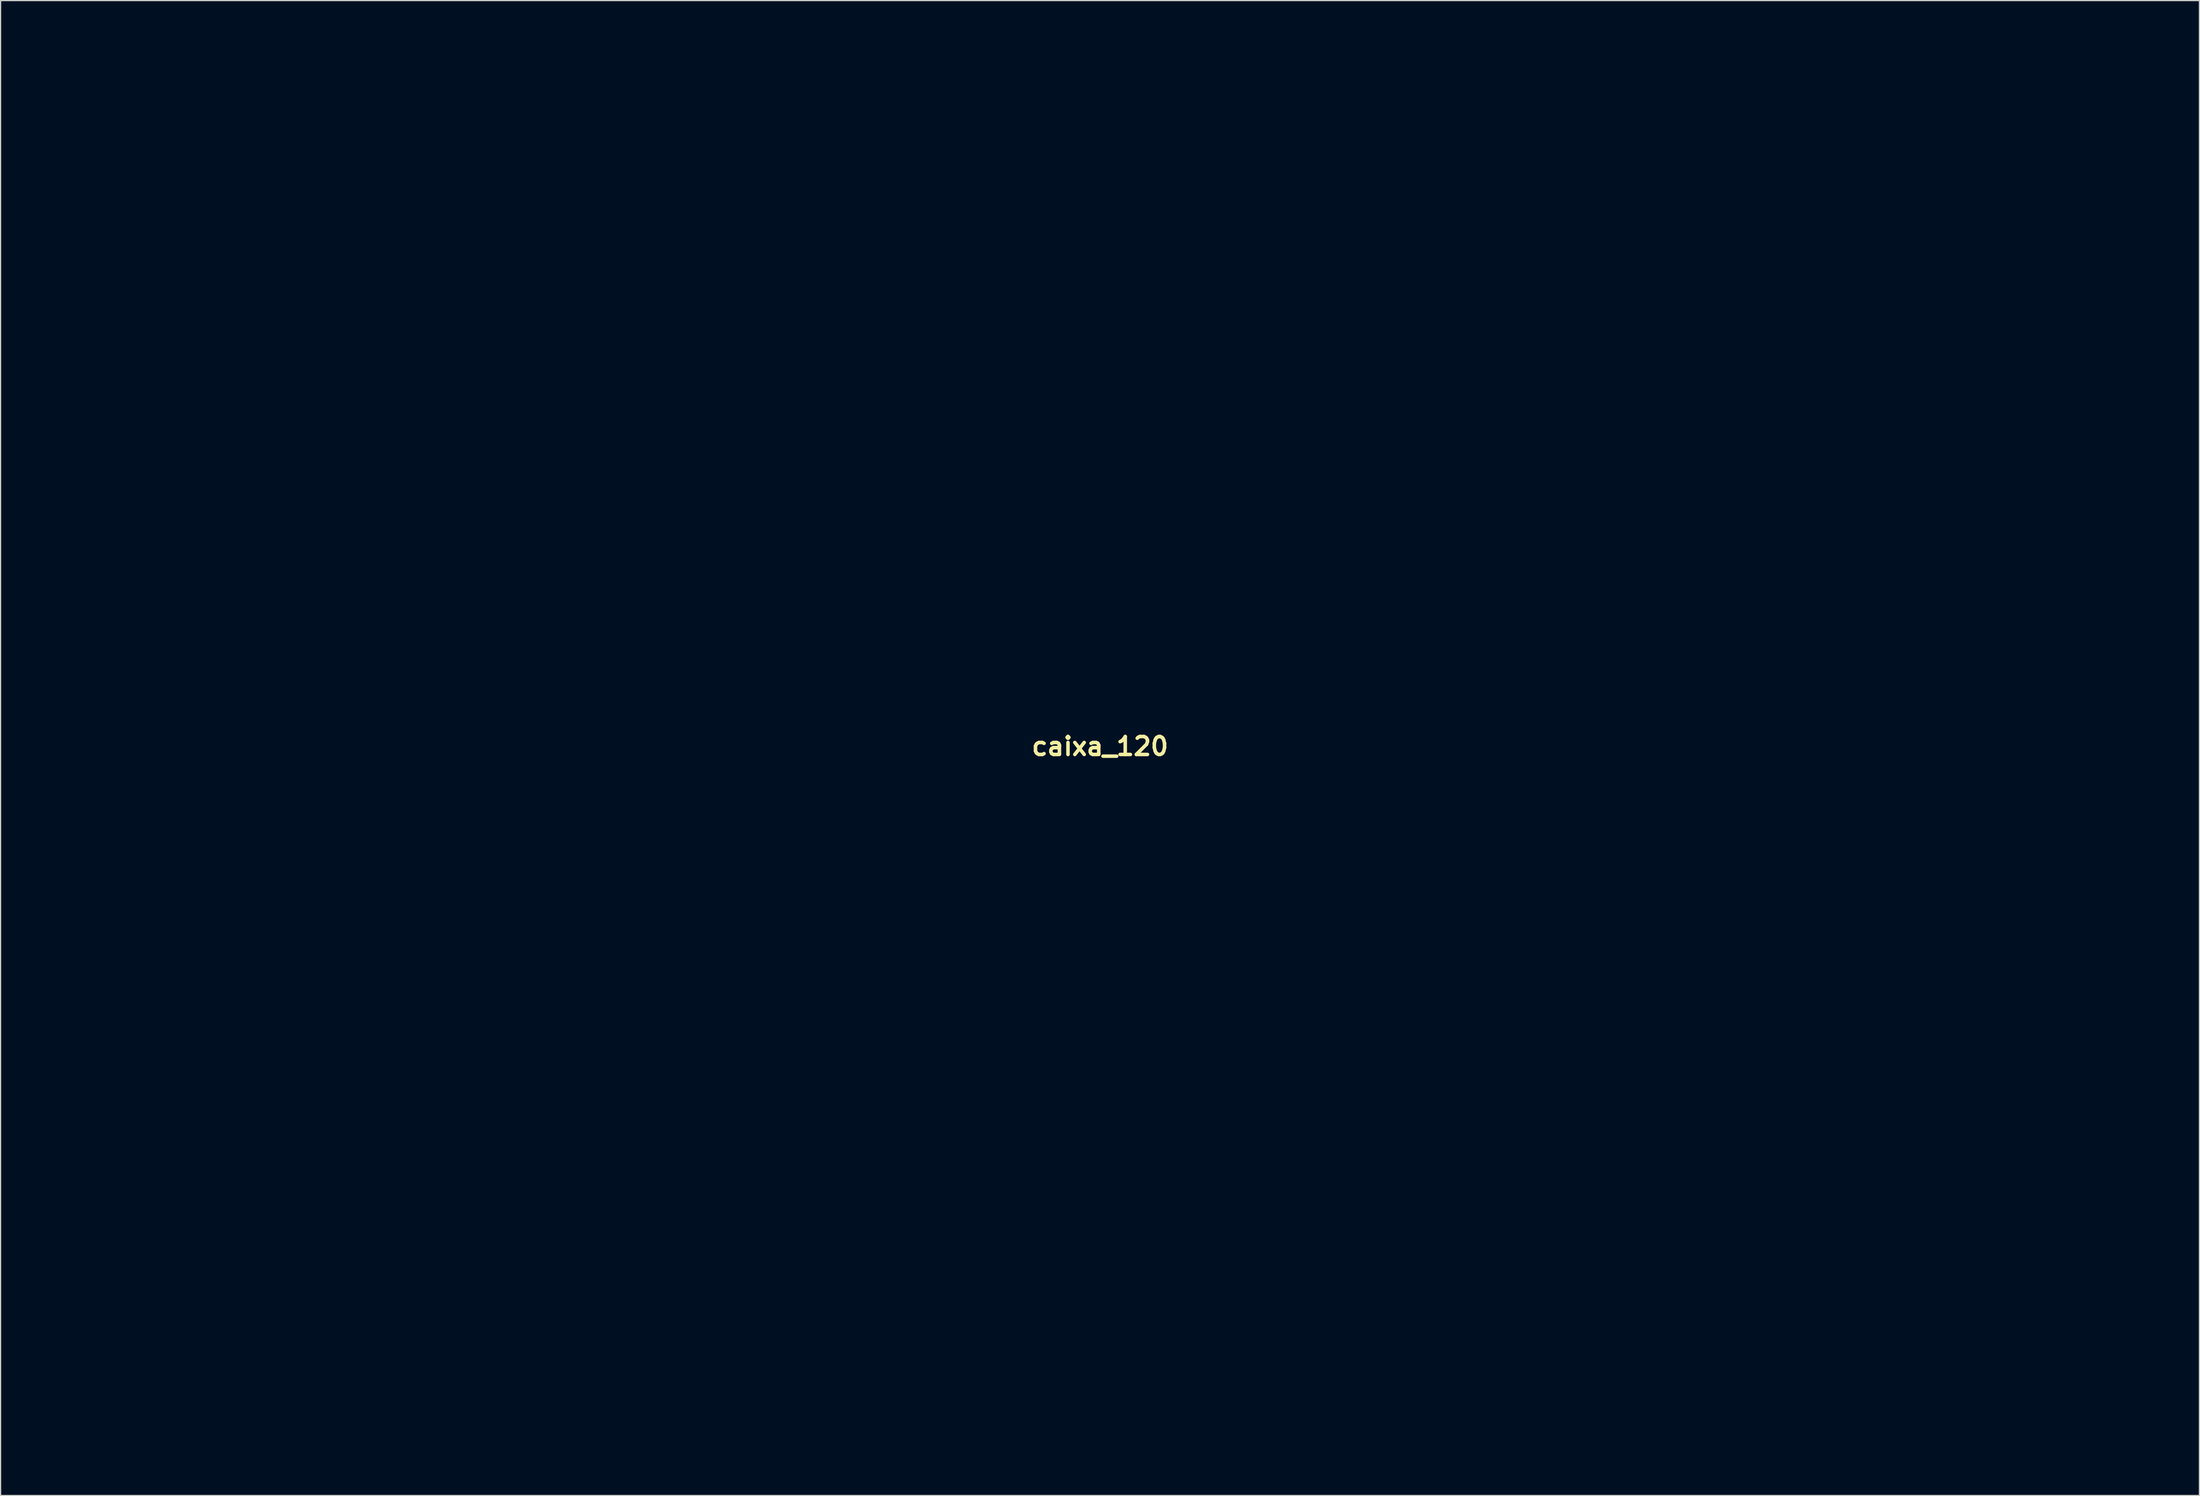
<source format=kicad_pcb>
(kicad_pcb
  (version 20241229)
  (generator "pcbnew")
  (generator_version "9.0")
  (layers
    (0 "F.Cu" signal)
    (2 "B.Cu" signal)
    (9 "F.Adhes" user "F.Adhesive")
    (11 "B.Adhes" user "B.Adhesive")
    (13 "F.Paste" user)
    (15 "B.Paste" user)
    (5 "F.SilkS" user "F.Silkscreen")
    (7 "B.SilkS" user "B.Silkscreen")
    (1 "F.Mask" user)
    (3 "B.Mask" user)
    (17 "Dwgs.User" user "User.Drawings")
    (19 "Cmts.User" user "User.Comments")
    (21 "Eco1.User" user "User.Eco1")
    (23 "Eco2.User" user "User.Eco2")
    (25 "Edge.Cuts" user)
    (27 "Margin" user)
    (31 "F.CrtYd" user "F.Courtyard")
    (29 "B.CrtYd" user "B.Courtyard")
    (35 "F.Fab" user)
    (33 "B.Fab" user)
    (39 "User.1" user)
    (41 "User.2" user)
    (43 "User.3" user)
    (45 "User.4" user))
  (footprint "caixa_120"
    (layer "F.Cu")
    (at 90.348 60.33)
    (property "Reference" "caixa_120" (at 0 0 0) (layer "F.SilkS") (effects (font (size 1.524 1.524) (thickness 0.3))))
    (attr through_hole)
    (fp_poly (pts (xy -85.076 4.138) (xy -85.039 4.244) (xy -85.436 4.284) (xy -85.846 4.239) (xy -85.797 4.138) (xy -85.206 4.1) (xy -85.076 4.138)) (stroke (width 0.01) (type solid)) (fill no) (layer "Eco2.User"))
    (fp_poly (pts (xy -83.344 4.138) (xy -83.307 4.244) (xy -83.705 4.284) (xy -84.114 4.239) (xy -84.065 4.138) (xy -83.474 4.1) (xy -83.344 4.138)) (stroke (width 0.01) (type solid)) (fill no) (layer "Eco2.User"))
    (fp_poly (pts (xy -76.278 4.155) (xy -76.364 4.286) (xy -76.657 4.307) (xy -76.965 4.236) (xy -76.831 4.132) (xy -76.38 4.098) (xy -76.278 4.155)) (stroke (width 0.01) (type solid)) (fill no) (layer "Eco2.User"))
    (fp_poly (pts (xy -74.685 4.138) (xy -74.648 4.244) (xy -75.045 4.284) (xy -75.455 4.239) (xy -75.406 4.138) (xy -74.815 4.1) (xy -74.685 4.138)) (stroke (width 0.01) (type solid)) (fill no) (layer "Eco2.User"))
    (fp_poly (pts (xy -66.026 4.138) (xy -65.989 4.244) (xy -66.386 4.284) (xy -66.796 4.239) (xy -66.747 4.138) (xy -66.156 4.1) (xy -66.026 4.138)) (stroke (width 0.01) (type solid)) (fill no) (layer "Eco2.User"))
    (fp_poly (pts (xy -58.96 4.155) (xy -59.046 4.286) (xy -59.339 4.307) (xy -59.647 4.236) (xy -59.513 4.132) (xy -59.062 4.098) (xy -58.96 4.155)) (stroke (width 0.01) (type solid)) (fill no) (layer "Eco2.User"))
    (fp_poly (pts (xy -57.366 4.138) (xy -57.33 4.244) (xy -57.727 4.284) (xy -58.137 4.239) (xy -58.088 4.138) (xy -57.497 4.1) (xy -57.366 4.138)) (stroke (width 0.01) (type solid)) (fill no) (layer "Eco2.User"))
    (fp_poly (pts (xy -48.707 4.138) (xy -48.671 4.244) (xy -49.068 4.284) (xy -49.478 4.239) (xy -49.429 4.138) (xy -48.838 4.1) (xy -48.707 4.138)) (stroke (width 0.01) (type solid)) (fill no) (layer "Eco2.User"))
    (fp_poly (pts (xy -41.491 4.138) (xy -41.455 4.244) (xy -41.852 4.284) (xy -42.262 4.239) (xy -42.213 4.138) (xy -41.622 4.1) (xy -41.491 4.138)) (stroke (width 0.01) (type solid)) (fill no) (layer "Eco2.User"))
    (fp_poly (pts (xy -40.048 4.138) (xy -40.012 4.244) (xy -40.409 4.284) (xy -40.819 4.239) (xy -40.77 4.138) (xy -40.179 4.1) (xy -40.048 4.138)) (stroke (width 0.01) (type solid)) (fill no) (layer "Eco2.User"))
    (fp_poly (pts (xy -32.832 4.138) (xy -32.796 4.244) (xy -33.193 4.284) (xy -33.603 4.239) (xy -33.554 4.138) (xy -32.963 4.1) (xy -32.832 4.138)) (stroke (width 0.01) (type solid)) (fill no) (layer "Eco2.User"))
    (fp_poly (pts (xy -31.389 4.138) (xy -31.353 4.244) (xy -31.75 4.284) (xy -32.16 4.239) (xy -32.111 4.138) (xy -31.52 4.1) (xy -31.389 4.138)) (stroke (width 0.01) (type solid)) (fill no) (layer "Eco2.User"))
    (fp_poly (pts (xy -24.173 4.138) (xy -24.137 4.244) (xy -24.534 4.284) (xy -24.944 4.239) (xy -24.895 4.138) (xy -24.304 4.1) (xy -24.173 4.138)) (stroke (width 0.01) (type solid)) (fill no) (layer "Eco2.User"))
    (fp_poly (pts (xy -22.592 4.155) (xy -22.678 4.286) (xy -22.971 4.307) (xy -23.279 4.236) (xy -23.145 4.132) (xy -22.694 4.098) (xy -22.592 4.155)) (stroke (width 0.01) (type solid)) (fill no) (layer "Eco2.User"))
    (fp_poly (pts (xy -15.514 4.138) (xy -15.478 4.244) (xy -15.875 4.284) (xy -16.285 4.239) (xy -16.236 4.138) (xy -15.645 4.1) (xy -15.514 4.138)) (stroke (width 0.01) (type solid)) (fill no) (layer "Eco2.User"))
    (fp_poly (pts (xy -6.855 4.138) (xy -6.819 4.244) (xy -7.216 4.284) (xy -7.626 4.239) (xy -7.577 4.138) (xy -6.986 4.1) (xy -6.855 4.138)) (stroke (width 0.01) (type solid)) (fill no) (layer "Eco2.User"))
    (fp_poly (pts (xy -5.123 4.138) (xy -5.087 4.244) (xy -5.484 4.284) (xy -5.894 4.239) (xy -5.845 4.138) (xy -5.254 4.1) (xy -5.123 4.138)) (stroke (width 0.01) (type solid)) (fill no) (layer "Eco2.User"))
    (fp_poly (pts (xy 1.804 4.138) (xy 1.84 4.244) (xy 1.443 4.284) (xy 1.033 4.239) (xy 1.082 4.138) (xy 1.673 4.1) (xy 1.804 4.138)) (stroke (width 0.01) (type solid)) (fill no) (layer "Eco2.User"))
    (fp_poly (pts (xy 3.536 4.138) (xy 3.572 4.244) (xy 3.175 4.284) (xy 2.765 4.239) (xy 2.814 4.138) (xy 3.405 4.1) (xy 3.536 4.138)) (stroke (width 0.01) (type solid)) (fill no) (layer "Eco2.User"))
    (fp_poly (pts (xy 8.852 60.421) (xy 8.812 60.593) (xy 8.659 60.614) (xy 8.422 60.508) (xy 8.467 60.421) (xy 8.809 60.387) (xy 8.852 60.421)) (stroke (width 0.01) (type solid)) (fill no) (layer "Eco2.User"))
    (fp_poly (pts (xy 10.463 4.138) (xy 10.499 4.244) (xy 10.102 4.284) (xy 9.693 4.239) (xy 9.741 4.138) (xy 10.332 4.1) (xy 10.463 4.138)) (stroke (width 0.01) (type solid)) (fill no) (layer "Eco2.User"))
    (fp_poly (pts (xy 12.195 4.138) (xy 12.231 4.244) (xy 11.834 4.284) (xy 11.424 4.239) (xy 11.473 4.138) (xy 12.064 4.1) (xy 12.195 4.138)) (stroke (width 0.01) (type solid)) (fill no) (layer "Eco2.User"))
    (fp_poly (pts (xy 19.122 4.138) (xy 19.158 4.244) (xy 18.761 4.284) (xy 18.352 4.239) (xy 18.401 4.138) (xy 18.992 4.1) (xy 19.122 4.138)) (stroke (width 0.01) (type solid)) (fill no) (layer "Eco2.User"))
    (fp_poly (pts (xy 20.854 4.138) (xy 20.89 4.244) (xy 20.493 4.284) (xy 20.083 4.239) (xy 20.132 4.138) (xy 20.723 4.1) (xy 20.854 4.138)) (stroke (width 0.01) (type solid)) (fill no) (layer "Eco2.User"))
    (fp_poly (pts (xy 27.781 4.138) (xy 27.818 4.244) (xy 27.42 4.284) (xy 27.011 4.239) (xy 27.06 4.138) (xy 27.651 4.1) (xy 27.781 4.138)) (stroke (width 0.01) (type solid)) (fill no) (layer "Eco2.User"))
    (fp_poly (pts (xy 29.513 4.138) (xy 29.549 4.244) (xy 29.152 4.284) (xy 28.743 4.239) (xy 28.791 4.138) (xy 29.382 4.1) (xy 29.513 4.138)) (stroke (width 0.01) (type solid)) (fill no) (layer "Eco2.User"))
    (fp_poly (pts (xy 36.44 4.138) (xy 36.477 4.244) (xy 36.08 4.284) (xy 35.67 4.239) (xy 35.719 4.138) (xy 36.31 4.1) (xy 36.44 4.138)) (stroke (width 0.01) (type solid)) (fill no) (layer "Eco2.User"))
    (fp_poly (pts (xy 38.172 4.138) (xy 38.208 4.244) (xy 37.811 4.284) (xy 37.402 4.239) (xy 37.451 4.138) (xy 38.042 4.1) (xy 38.172 4.138)) (stroke (width 0.01) (type solid)) (fill no) (layer "Eco2.User"))
    (fp_poly (pts (xy 45.099 4.138) (xy 45.136 4.244) (xy 44.739 4.284) (xy 44.329 4.239) (xy 44.378 4.138) (xy 44.969 4.1) (xy 45.099 4.138)) (stroke (width 0.01) (type solid)) (fill no) (layer "Eco2.User"))
    (fp_poly (pts (xy 46.831 4.138) (xy 46.868 4.244) (xy 46.47 4.284) (xy 46.061 4.239) (xy 46.11 4.138) (xy 46.701 4.1) (xy 46.831 4.138)) (stroke (width 0.01) (type solid)) (fill no) (layer "Eco2.User"))
    (fp_poly (pts (xy 53.759 4.138) (xy 53.795 4.244) (xy 53.398 4.284) (xy 52.988 4.239) (xy 53.037 4.138) (xy 53.628 4.1) (xy 53.759 4.138)) (stroke (width 0.01) (type solid)) (fill no) (layer "Eco2.User"))
    (fp_poly (pts (xy 55.49 4.138) (xy 55.527 4.244) (xy 55.13 4.284) (xy 54.72 4.239) (xy 54.769 4.138) (xy 55.36 4.1) (xy 55.49 4.138)) (stroke (width 0.01) (type solid)) (fill no) (layer "Eco2.User"))
    (fp_poly (pts (xy 62.418 4.138) (xy 62.454 4.244) (xy 62.057 4.284) (xy 61.647 4.239) (xy 61.696 4.138) (xy 62.287 4.1) (xy 62.418 4.138)) (stroke (width 0.01) (type solid)) (fill no) (layer "Eco2.User"))
    (fp_poly (pts (xy 64.149 4.138) (xy 64.186 4.244) (xy 63.789 4.284) (xy 63.379 4.239) (xy 63.428 4.138) (xy 64.019 4.1) (xy 64.149 4.138)) (stroke (width 0.01) (type solid)) (fill no) (layer "Eco2.User"))
    (fp_poly (pts (xy 71.077 4.138) (xy 71.113 4.244) (xy 70.716 4.284) (xy 70.306 4.239) (xy 70.355 4.138) (xy 70.946 4.1) (xy 71.077 4.138)) (stroke (width 0.01) (type solid)) (fill no) (layer "Eco2.User"))
    (fp_poly (pts (xy 72.809 4.138) (xy 72.845 4.244) (xy 72.448 4.284) (xy 72.038 4.239) (xy 72.087 4.138) (xy 72.678 4.1) (xy 72.809 4.138)) (stroke (width 0.01) (type solid)) (fill no) (layer "Eco2.User"))
    (fp_poly (pts (xy 81.468 4.138) (xy 81.504 4.244) (xy 81.107 4.284) (xy 80.697 4.239) (xy 80.746 4.138) (xy 81.337 4.1) (xy 81.468 4.138)) (stroke (width 0.01) (type solid)) (fill no) (layer "Eco2.User"))
    (fp_poly (pts (xy 88.533 4.155) (xy 88.447 4.286) (xy 88.154 4.307) (xy 87.846 4.236) (xy 87.98 4.132) (xy 88.431 4.098) (xy 88.533 4.155)) (stroke (width 0.01) (type solid)) (fill no) (layer "Eco2.User"))
    (fp_poly (pts (xy -88.972 59.549) (xy -88.882 59.632) (xy -89.281 59.678) (xy -89.477 59.681) (xy -90.002 59.651) (xy -90.064 59.576) (xy -89.982 59.549) (xy -89.25 59.504) (xy -88.972 59.549)) (stroke (width 0.01) (type solid)) (fill no) (layer "Eco2.User"))
    (fp_poly (pts (xy -67.463 4.14) (xy -67.454 4.235) (xy -67.906 4.274) (xy -67.974 4.273) (xy -68.422 4.232) (xy -68.379 4.144) (xy -68.329 4.13) (xy -67.7 4.087) (xy -67.463 4.14)) (stroke (width 0.01) (type solid)) (fill no) (layer "Eco2.User"))
    (fp_poly (pts (xy -50.145 4.14) (xy -50.135 4.235) (xy -50.587 4.274) (xy -50.656 4.273) (xy -51.103 4.232) (xy -51.061 4.144) (xy -51.011 4.13) (xy -50.382 4.087) (xy -50.145 4.14)) (stroke (width 0.01) (type solid)) (fill no) (layer "Eco2.User"))
    (fp_poly (pts (xy -13.777 4.14) (xy -13.767 4.235) (xy -14.219 4.274) (xy -14.287 4.273) (xy -14.735 4.232) (xy -14.692 4.144) (xy -14.643 4.13) (xy -14.014 4.087) (xy -13.777 4.14)) (stroke (width 0.01) (type solid)) (fill no) (layer "Eco2.User"))
    (fp_poly (pts (xy 8.659 -27.565) (xy 8.937 -27.196) (xy 8.948 -27.115) (xy 8.728 -26.851) (xy 8.659 -26.843) (xy 8.406 -27.078) (xy 8.37 -27.293) (xy 8.51 -27.592) (xy 8.659 -27.565)) (stroke (width 0.01) (type solid)) (fill no) (layer "Eco2.User"))
    (fp_poly (pts (xy 8.894 -17.076) (xy 8.948 -16.741) (xy 8.827 -16.272) (xy 8.659 -16.164) (xy 8.425 -16.405) (xy 8.37 -16.741) (xy 8.491 -17.21) (xy 8.659 -17.318) (xy 8.894 -17.076)) (stroke (width 0.01) (type solid)) (fill no) (layer "Eco2.User"))
    (fp_poly (pts (xy 8.894 0.53) (xy 8.948 0.866) (xy 8.827 1.335) (xy 8.659 1.443) (xy 8.425 1.201) (xy 8.37 0.866) (xy 8.491 0.397) (xy 8.659 0.289) (xy 8.894 0.53)) (stroke (width 0.01) (type solid)) (fill no) (layer "Eco2.User"))
    (fp_poly (pts (xy 8.894 16.405) (xy 8.948 16.741) (xy 8.827 17.21) (xy 8.659 17.318) (xy 8.425 17.076) (xy 8.37 16.741) (xy 8.491 16.272) (xy 8.659 16.164) (xy 8.894 16.405)) (stroke (width 0.01) (type solid)) (fill no) (layer "Eco2.User"))
    (fp_poly (pts (xy 8.894 34.012) (xy 8.948 34.348) (xy 8.827 34.817) (xy 8.659 34.925) (xy 8.425 34.683) (xy 8.37 34.348) (xy 8.491 33.879) (xy 8.659 33.77) (xy 8.894 34.012)) (stroke (width 0.01) (type solid)) (fill no) (layer "Eco2.User"))
    (fp_poly (pts (xy 8.915 -53.741) (xy 8.948 -53.542) (xy 8.792 -53.158) (xy 8.659 -53.109) (xy 8.403 -53.343) (xy 8.37 -53.542) (xy 8.526 -53.926) (xy 8.659 -53.975) (xy 8.915 -53.741)) (stroke (width 0.01) (type solid)) (fill no) (layer "Eco2.User"))
    (fp_poly (pts (xy 8.915 -52.009) (xy 8.948 -51.81) (xy 8.792 -51.426) (xy 8.659 -51.377) (xy 8.403 -51.611) (xy 8.37 -51.81) (xy 8.526 -52.194) (xy 8.659 -52.243) (xy 8.915 -52.009)) (stroke (width 0.01) (type solid)) (fill no) (layer "Eco2.User"))
    (fp_poly (pts (xy 8.915 -43.35) (xy 8.948 -43.151) (xy 8.792 -42.767) (xy 8.659 -42.718) (xy 8.403 -42.952) (xy 8.37 -43.151) (xy 8.526 -43.535) (xy 8.659 -43.584) (xy 8.915 -43.35)) (stroke (width 0.01) (type solid)) (fill no) (layer "Eco2.User"))
    (fp_poly (pts (xy 8.915 -36.134) (xy 8.948 -35.935) (xy 8.792 -35.551) (xy 8.659 -35.502) (xy 8.403 -35.736) (xy 8.37 -35.935) (xy 8.526 -36.319) (xy 8.659 -36.368) (xy 8.915 -36.134)) (stroke (width 0.01) (type solid)) (fill no) (layer "Eco2.User"))
    (fp_poly (pts (xy 8.915 -34.403) (xy 8.948 -34.203) (xy 8.792 -33.819) (xy 8.659 -33.77) (xy 8.403 -34.004) (xy 8.37 -34.203) (xy 8.526 -34.588) (xy 8.659 -34.636) (xy 8.915 -34.403)) (stroke (width 0.01) (type solid)) (fill no) (layer "Eco2.User"))
    (fp_poly (pts (xy 8.915 -25.743) (xy 8.948 -25.544) (xy 8.792 -25.16) (xy 8.659 -25.111) (xy 8.403 -25.345) (xy 8.37 -25.544) (xy 8.526 -25.928) (xy 8.659 -25.977) (xy 8.915 -25.743)) (stroke (width 0.01) (type solid)) (fill no) (layer "Eco2.User"))
    (fp_poly (pts (xy 8.915 -18.528) (xy 8.948 -18.328) (xy 8.792 -17.944) (xy 8.659 -17.895) (xy 8.403 -18.129) (xy 8.37 -18.328) (xy 8.526 -18.713) (xy 8.659 -18.761) (xy 8.915 -18.528)) (stroke (width 0.01) (type solid)) (fill no) (layer "Eco2.User"))
    (fp_poly (pts (xy 8.915 -9.868) (xy 8.948 -9.669) (xy 8.792 -9.285) (xy 8.659 -9.236) (xy 8.403 -9.47) (xy 8.37 -9.669) (xy 8.526 -10.053) (xy 8.659 -10.102) (xy 8.915 -9.868)) (stroke (width 0.01) (type solid)) (fill no) (layer "Eco2.User"))
    (fp_poly (pts (xy 8.915 -8.137) (xy 8.948 -7.938) (xy 8.792 -7.553) (xy 8.659 -7.505) (xy 8.403 -7.738) (xy 8.37 -7.938) (xy 8.526 -8.322) (xy 8.659 -8.37) (xy 8.915 -8.137)) (stroke (width 0.01) (type solid)) (fill no) (layer "Eco2.User"))
    (fp_poly (pts (xy 8.915 7.738) (xy 8.948 7.938) (xy 8.792 8.322) (xy 8.659 8.37) (xy 8.403 8.137) (xy 8.37 7.938) (xy 8.526 7.553) (xy 8.659 7.505) (xy 8.915 7.738)) (stroke (width 0.01) (type solid)) (fill no) (layer "Eco2.User"))
    (fp_poly (pts (xy 8.915 9.47) (xy 8.948 9.669) (xy 8.792 10.053) (xy 8.659 10.102) (xy 8.403 9.868) (xy 8.37 9.669) (xy 8.526 9.285) (xy 8.659 9.236) (xy 8.915 9.47)) (stroke (width 0.01) (type solid)) (fill no) (layer "Eco2.User"))
    (fp_poly (pts (xy 8.915 18.129) (xy 8.948 18.328) (xy 8.792 18.713) (xy 8.659 18.761) (xy 8.403 18.528) (xy 8.37 18.328) (xy 8.526 17.944) (xy 8.659 17.895) (xy 8.915 18.129)) (stroke (width 0.01) (type solid)) (fill no) (layer "Eco2.User"))
    (fp_poly (pts (xy 8.915 25.345) (xy 8.948 25.544) (xy 8.792 25.928) (xy 8.659 25.977) (xy 8.403 25.743) (xy 8.37 25.544) (xy 8.526 25.16) (xy 8.659 25.111) (xy 8.915 25.345)) (stroke (width 0.01) (type solid)) (fill no) (layer "Eco2.User"))
    (fp_poly (pts (xy 8.915 27.077) (xy 8.948 27.276) (xy 8.792 27.66) (xy 8.659 27.709) (xy 8.403 27.475) (xy 8.37 27.276) (xy 8.526 26.892) (xy 8.659 26.843) (xy 8.915 27.077)) (stroke (width 0.01) (type solid)) (fill no) (layer "Eco2.User"))
    (fp_poly (pts (xy 8.915 35.736) (xy 8.948 35.935) (xy 8.792 36.319) (xy 8.659 36.368) (xy 8.403 36.134) (xy 8.37 35.935) (xy 8.526 35.551) (xy 8.659 35.502) (xy 8.915 35.736)) (stroke (width 0.01) (type solid)) (fill no) (layer "Eco2.User"))
    (fp_poly (pts (xy 8.915 42.952) (xy 8.948 43.151) (xy 8.792 43.535) (xy 8.659 43.584) (xy 8.403 43.35) (xy 8.37 43.151) (xy 8.526 42.767) (xy 8.659 42.718) (xy 8.915 42.952)) (stroke (width 0.01) (type solid)) (fill no) (layer "Eco2.User"))
    (fp_poly (pts (xy 8.915 51.611) (xy 8.948 51.81) (xy 8.792 52.194) (xy 8.659 52.243) (xy 8.403 52.009) (xy 8.37 51.81) (xy 8.526 51.426) (xy 8.659 51.377) (xy 8.915 51.611)) (stroke (width 0.01) (type solid)) (fill no) (layer "Eco2.User"))
    (fp_poly (pts (xy 8.915 53.343) (xy 8.948 53.542) (xy 8.792 53.926) (xy 8.659 53.975) (xy 8.403 53.741) (xy 8.37 53.542) (xy 8.526 53.158) (xy 8.659 53.109) (xy 8.915 53.343)) (stroke (width 0.01) (type solid)) (fill no) (layer "Eco2.User"))
    (fp_poly (pts (xy 8.925 -44.754) (xy 8.948 -44.577) (xy 8.786 -44.204) (xy 8.659 -44.161) (xy 8.427 -44.404) (xy 8.37 -44.756) (xy 8.482 -45.155) (xy 8.659 -45.172) (xy 8.925 -44.754)) (stroke (width 0.01) (type solid)) (fill no) (layer "Eco2.User"))
    (fp_poly (pts (xy 8.925 -0.881) (xy 8.948 -0.705) (xy 8.786 -0.332) (xy 8.659 -0.289) (xy 8.427 -0.531) (xy 8.37 -0.883) (xy 8.482 -1.282) (xy 8.659 -1.299) (xy 8.925 -0.881)) (stroke (width 0.01) (type solid)) (fill no) (layer "Eco2.User"))
    (fp_poly (pts (xy 8.925 44.723) (xy 8.948 44.9) (xy 8.786 45.273) (xy 8.659 45.316) (xy 8.427 45.073) (xy 8.37 44.722) (xy 8.482 44.322) (xy 8.659 44.306) (xy 8.925 44.723)) (stroke (width 0.01) (type solid)) (fill no) (layer "Eco2.User"))
    (fp_poly (pts (xy 80.03 4.14) (xy 80.04 4.235) (xy 79.588 4.274) (xy 79.519 4.273) (xy 79.072 4.232) (xy 79.114 4.144) (xy 79.164 4.13) (xy 79.793 4.087) (xy 80.03 4.14)) (stroke (width 0.01) (type solid)) (fill no) (layer "Eco2.User"))
    (fp_poly (pts (xy -88.825 -60.246) (xy -88.794 -60.198) (xy -89.243 -60.12) (xy -89.877 -59.855) (xy -90.138 -59.225) (xy -90.22 -58.763) (xy -90.266 -58.825) (xy -90.3 -59.387) (xy -90.28 -60.028) (xy -90.023 -60.268) (xy -89.405 -60.282) (xy -88.825 -60.246)) (stroke (width 0.01) (type solid)) (fill no) (layer "Eco2.User"))
    (fp_poly (pts (xy -78.99 4.099) (xy -78.717 4.119) (xy -78.447 4.165) (xy -78.695 4.201) (xy -79.403 4.223) (xy -80.097 4.227) (xy -81.057 4.216) (xy -81.576 4.189) (xy -81.605 4.149) (xy -81.315 4.117) (xy -80.159 4.073) (xy -78.99 4.099)) (stroke (width 0.01) (type solid)) (fill no) (layer "Eco2.User"))
    (fp_poly (pts (xy -70.331 4.099) (xy -70.058 4.119) (xy -69.788 4.165) (xy -70.036 4.201) (xy -70.744 4.223) (xy -71.438 4.227) (xy -72.397 4.216) (xy -72.917 4.189) (xy -72.946 4.149) (xy -72.655 4.117) (xy -71.5 4.073) (xy -70.331 4.099)) (stroke (width 0.01) (type solid)) (fill no) (layer "Eco2.User"))
    (fp_poly (pts (xy -61.671 4.099) (xy -61.399 4.119) (xy -61.129 4.165) (xy -61.377 4.201) (xy -62.085 4.223) (xy -62.778 4.227) (xy -63.738 4.216) (xy -64.258 4.189) (xy -64.287 4.149) (xy -63.996 4.117) (xy -62.841 4.073) (xy -61.671 4.099)) (stroke (width 0.01) (type solid)) (fill no) (layer "Eco2.User"))
    (fp_poly (pts (xy -53.012 4.099) (xy -52.74 4.119) (xy -52.47 4.165) (xy -52.718 4.201) (xy -53.426 4.223) (xy -54.119 4.227) (xy -55.079 4.216) (xy -55.599 4.189) (xy -55.628 4.149) (xy -55.337 4.117) (xy -54.182 4.073) (xy -53.012 4.099)) (stroke (width 0.01) (type solid)) (fill no) (layer "Eco2.User"))
    (fp_poly (pts (xy -44.353 4.099) (xy -44.08 4.119) (xy -43.811 4.165) (xy -44.059 4.201) (xy -44.767 4.223) (xy -45.46 4.227) (xy -46.42 4.216) (xy -46.94 4.189) (xy -46.969 4.149) (xy -46.678 4.117) (xy -45.523 4.073) (xy -44.353 4.099)) (stroke (width 0.01) (type solid)) (fill no) (layer "Eco2.User"))
    (fp_poly (pts (xy -35.694 4.099) (xy -35.421 4.119) (xy -35.152 4.165) (xy -35.4 4.201) (xy -36.108 4.223) (xy -36.801 4.227) (xy -37.761 4.216) (xy -38.281 4.189) (xy -38.31 4.149) (xy -38.019 4.117) (xy -36.864 4.073) (xy -35.694 4.099)) (stroke (width 0.01) (type solid)) (fill no) (layer "Eco2.User"))
    (fp_poly (pts (xy -27.035 4.099) (xy -26.762 4.119) (xy -26.492 4.165) (xy -26.741 4.201) (xy -27.449 4.223) (xy -28.142 4.227) (xy -29.102 4.216) (xy -29.622 4.189) (xy -29.651 4.149) (xy -29.36 4.117) (xy -28.205 4.073) (xy -27.035 4.099)) (stroke (width 0.01) (type solid)) (fill no) (layer "Eco2.User"))
    (fp_poly (pts (xy -18.376 4.099) (xy -18.103 4.119) (xy -17.833 4.165) (xy -18.082 4.201) (xy -18.79 4.223) (xy -19.483 4.227) (xy -20.443 4.216) (xy -20.963 4.189) (xy -20.992 4.149) (xy -20.701 4.117) (xy -19.546 4.073) (xy -18.376 4.099)) (stroke (width 0.01) (type solid)) (fill no) (layer "Eco2.User"))
    (fp_poly (pts (xy -9.717 4.099) (xy -9.444 4.119) (xy -9.174 4.165) (xy -9.423 4.201) (xy -10.13 4.223) (xy -10.824 4.227) (xy -11.784 4.216) (xy -12.304 4.189) (xy -12.332 4.149) (xy -12.042 4.117) (xy -10.886 4.073) (xy -9.717 4.099)) (stroke (width 0.01) (type solid)) (fill no) (layer "Eco2.User"))
    (fp_poly (pts (xy -1.058 4.099) (xy -0.785 4.119) (xy -0.515 4.165) (xy -0.764 4.201) (xy -1.471 4.223) (xy -2.165 4.227) (xy -3.125 4.216) (xy -3.645 4.189) (xy -3.673 4.149) (xy -3.383 4.117) (xy -2.227 4.073) (xy -1.058 4.099)) (stroke (width 0.01) (type solid)) (fill no) (layer "Eco2.User"))
    (fp_poly (pts (xy 16.26 4.099) (xy 16.533 4.119) (xy 16.803 4.165) (xy 16.555 4.201) (xy 15.847 4.223) (xy 15.153 4.227) (xy 14.193 4.216) (xy 13.674 4.189) (xy 13.645 4.149) (xy 13.935 4.117) (xy 15.091 4.073) (xy 16.26 4.099)) (stroke (width 0.01) (type solid)) (fill no) (layer "Eco2.User"))
    (fp_poly (pts (xy 24.919 4.099) (xy 25.192 4.119) (xy 25.462 4.165) (xy 25.214 4.201) (xy 24.506 4.223) (xy 23.812 4.227) (xy 22.853 4.216) (xy 22.333 4.189) (xy 22.304 4.149) (xy 22.595 4.117) (xy 23.75 4.073) (xy 24.919 4.099)) (stroke (width 0.01) (type solid)) (fill no) (layer "Eco2.User"))
    (fp_poly (pts (xy 33.721 4.108) (xy 33.843 4.118) (xy 34.13 4.166) (xy 33.897 4.203) (xy 33.2 4.225) (xy 32.616 4.229) (xy 31.679 4.218) (xy 31.174 4.189) (xy 31.158 4.146) (xy 31.389 4.118) (xy 32.539 4.073) (xy 33.721 4.108)) (stroke (width 0.01) (type solid)) (fill no) (layer "Eco2.User"))
    (fp_poly (pts (xy 42.38 4.108) (xy 42.502 4.118) (xy 42.789 4.166) (xy 42.556 4.203) (xy 41.859 4.225) (xy 41.275 4.229) (xy 40.338 4.218) (xy 39.834 4.189) (xy 39.817 4.146) (xy 40.048 4.118) (xy 41.198 4.073) (xy 42.38 4.108)) (stroke (width 0.01) (type solid)) (fill no) (layer "Eco2.User"))
    (fp_poly (pts (xy 51.039 4.108) (xy 51.161 4.118) (xy 51.448 4.166) (xy 51.215 4.203) (xy 50.518 4.225) (xy 49.934 4.229) (xy 48.997 4.218) (xy 48.493 4.189) (xy 48.476 4.146) (xy 48.707 4.118) (xy 49.857 4.073) (xy 51.039 4.108)) (stroke (width 0.01) (type solid)) (fill no) (layer "Eco2.User"))
    (fp_poly (pts (xy 59.844 4.099) (xy 60.117 4.119) (xy 60.387 4.165) (xy 60.139 4.201) (xy 59.431 4.223) (xy 58.737 4.227) (xy 57.778 4.216) (xy 57.258 4.189) (xy 57.229 4.149) (xy 57.52 4.117) (xy 58.675 4.073) (xy 59.844 4.099)) (stroke (width 0.01) (type solid)) (fill no) (layer "Eco2.User"))
    (fp_poly (pts (xy 68.504 4.099) (xy 68.776 4.119) (xy 69.046 4.165) (xy 68.798 4.201) (xy 68.09 4.223) (xy 67.397 4.227) (xy 66.437 4.216) (xy 65.917 4.189) (xy 65.888 4.149) (xy 66.179 4.117) (xy 67.334 4.073) (xy 68.504 4.099)) (stroke (width 0.01) (type solid)) (fill no) (layer "Eco2.User"))
    (fp_poly (pts (xy 77.163 4.099) (xy 77.435 4.119) (xy 77.705 4.165) (xy 77.457 4.201) (xy 76.749 4.223) (xy 76.056 4.227) (xy 75.096 4.216) (xy 74.576 4.189) (xy 74.547 4.149) (xy 74.838 4.117) (xy 75.993 4.073) (xy 77.163 4.099)) (stroke (width 0.01) (type solid)) (fill no) (layer "Eco2.User"))
    (fp_poly (pts (xy 85.822 4.099) (xy 86.095 4.119) (xy 86.364 4.165) (xy 86.116 4.201) (xy 85.408 4.223) (xy 84.715 4.227) (xy 83.755 4.216) (xy 83.235 4.189) (xy 83.206 4.149) (xy 83.497 4.117) (xy 84.652 4.073) (xy 85.822 4.099)) (stroke (width 0.01) (type solid)) (fill no) (layer "Eco2.User"))
    (fp_poly (pts (xy 89.68 -60.074) (xy 89.766 -59.47) (xy 89.766 -59.459) (xy 89.682 -58.851) (xy 89.481 -58.593) (xy 89.477 -58.593) (xy 89.275 -58.844) (xy 89.189 -59.448) (xy 89.189 -59.459) (xy 89.272 -60.067) (xy 89.474 -60.325) (xy 89.477 -60.325) (xy 89.68 -60.074)) (stroke (width 0.01) (type solid)) (fill no) (layer "Eco2.User"))
    (fp_poly (pts (xy 8.8 -50.529) (xy 8.899 -49.782) (xy 8.946 -48.663) (xy 8.948 -48.347) (xy 8.916 -47.152) (xy 8.828 -46.306) (xy 8.696 -45.91) (xy 8.659 -45.893) (xy 8.519 -46.165) (xy 8.419 -46.911) (xy 8.372 -48.03) (xy 8.37 -48.347) (xy 8.402 -49.541) (xy 8.49 -50.387) (xy 8.622 -50.783) (xy 8.659 -50.8) (xy 8.8 -50.529)) (stroke (width 0.01) (type solid)) (fill no) (layer "Eco2.User"))
    (fp_poly (pts (xy 8.8 -32.922) (xy 8.899 -32.176) (xy 8.946 -31.056) (xy 8.948 -30.74) (xy 8.916 -29.545) (xy 8.828 -28.699) (xy 8.696 -28.303) (xy 8.659 -28.286) (xy 8.519 -28.558) (xy 8.419 -29.304) (xy 8.372 -30.424) (xy 8.37 -30.74) (xy 8.402 -31.935) (xy 8.49 -32.781) (xy 8.622 -33.176) (xy 8.659 -33.193) (xy 8.8 -32.922)) (stroke (width 0.01) (type solid)) (fill no) (layer "Eco2.User"))
    (fp_poly (pts (xy 8.8 -15.315) (xy 8.899 -14.569) (xy 8.946 -13.449) (xy 8.948 -13.133) (xy 8.916 -11.938) (xy 8.828 -11.092) (xy 8.696 -10.696) (xy 8.659 -10.68) (xy 8.519 -10.951) (xy 8.419 -11.697) (xy 8.372 -12.817) (xy 8.37 -13.133) (xy 8.402 -14.328) (xy 8.49 -15.174) (xy 8.622 -15.57) (xy 8.659 -15.586) (xy 8.8 -15.315)) (stroke (width 0.01) (type solid)) (fill no) (layer "Eco2.User"))
    (fp_poly (pts (xy 8.8 10.951) (xy 8.899 11.697) (xy 8.946 12.817) (xy 8.948 13.133) (xy 8.916 14.328) (xy 8.828 15.174) (xy 8.696 15.57) (xy 8.659 15.586) (xy 8.519 15.315) (xy 8.419 14.569) (xy 8.372 13.449) (xy 8.37 13.133) (xy 8.402 11.938) (xy 8.49 11.092) (xy 8.622 10.696) (xy 8.659 10.68) (xy 8.8 10.951)) (stroke (width 0.01) (type solid)) (fill no) (layer "Eco2.User"))
    (fp_poly (pts (xy 8.8 28.558) (xy 8.899 29.304) (xy 8.946 30.424) (xy 8.948 30.74) (xy 8.916 31.935) (xy 8.828 32.781) (xy 8.696 33.176) (xy 8.659 33.193) (xy 8.519 32.922) (xy 8.419 32.176) (xy 8.372 31.056) (xy 8.37 30.74) (xy 8.402 29.545) (xy 8.49 28.699) (xy 8.622 28.303) (xy 8.659 28.286) (xy 8.8 28.558)) (stroke (width 0.01) (type solid)) (fill no) (layer "Eco2.User"))
    (fp_poly (pts (xy 8.8 46.165) (xy 8.899 46.911) (xy 8.946 48.03) (xy 8.948 48.347) (xy 8.916 49.541) (xy 8.828 50.387) (xy 8.696 50.783) (xy 8.659 50.8) (xy 8.519 50.529) (xy 8.419 49.782) (xy 8.372 48.663) (xy 8.37 48.347) (xy 8.402 47.152) (xy 8.49 46.306) (xy 8.622 45.91) (xy 8.659 45.893) (xy 8.8 46.165)) (stroke (width 0.01) (type solid)) (fill no) (layer "Eco2.User"))
    (fp_poly (pts (xy 8.802 -59.189) (xy 8.902 -58.452) (xy 8.947 -57.357) (xy 8.948 -57.15) (xy 8.914 -56.006) (xy 8.822 -55.203) (xy 8.685 -54.849) (xy 8.659 -54.841) (xy 8.516 -55.111) (xy 8.416 -55.848) (xy 8.371 -56.943) (xy 8.37 -57.15) (xy 8.404 -58.294) (xy 8.496 -59.097) (xy 8.633 -59.451) (xy 8.659 -59.459) (xy 8.802 -59.189)) (stroke (width 0.01) (type solid)) (fill no) (layer "Eco2.User"))
    (fp_poly (pts (xy 8.802 -41.582) (xy 8.902 -40.845) (xy 8.947 -39.75) (xy 8.948 -39.543) (xy 8.914 -38.4) (xy 8.822 -37.596) (xy 8.685 -37.242) (xy 8.659 -37.234) (xy 8.516 -37.504) (xy 8.416 -38.241) (xy 8.371 -39.337) (xy 8.37 -39.543) (xy 8.404 -40.687) (xy 8.496 -41.49) (xy 8.633 -41.845) (xy 8.659 -41.852) (xy 8.802 -41.582)) (stroke (width 0.01) (type solid)) (fill no) (layer "Eco2.User"))
    (fp_poly (pts (xy 8.802 -23.975) (xy 8.902 -23.238) (xy 8.947 -22.143) (xy 8.948 -21.936) (xy 8.914 -20.793) (xy 8.822 -19.989) (xy 8.685 -19.635) (xy 8.659 -19.627) (xy 8.516 -19.897) (xy 8.416 -20.635) (xy 8.371 -21.73) (xy 8.37 -21.936) (xy 8.404 -23.08) (xy 8.496 -23.883) (xy 8.633 -24.238) (xy 8.659 -24.245) (xy 8.802 -23.975)) (stroke (width 0.01) (type solid)) (fill no) (layer "Eco2.User"))
    (fp_poly (pts (xy 8.802 -6.369) (xy 8.902 -5.631) (xy 8.947 -4.536) (xy 8.948 -4.33) (xy 8.914 -3.186) (xy 8.822 -2.382) (xy 8.685 -2.028) (xy 8.659 -2.02) (xy 8.516 -2.291) (xy 8.416 -3.028) (xy 8.371 -4.123) (xy 8.37 -4.33) (xy 8.404 -5.473) (xy 8.496 -6.277) (xy 8.633 -6.631) (xy 8.659 -6.639) (xy 8.802 -6.369)) (stroke (width 0.01) (type solid)) (fill no) (layer "Eco2.User"))
    (fp_poly (pts (xy 8.802 19.897) (xy 8.902 20.635) (xy 8.947 21.73) (xy 8.948 21.936) (xy 8.914 23.08) (xy 8.822 23.883) (xy 8.685 24.238) (xy 8.659 24.245) (xy 8.516 23.975) (xy 8.416 23.238) (xy 8.371 22.143) (xy 8.37 21.936) (xy 8.404 20.793) (xy 8.496 19.989) (xy 8.633 19.635) (xy 8.659 19.627) (xy 8.802 19.897)) (stroke (width 0.01) (type solid)) (fill no) (layer "Eco2.User"))
    (fp_poly (pts (xy 8.802 37.504) (xy 8.902 38.241) (xy 8.947 39.337) (xy 8.948 39.543) (xy 8.914 40.687) (xy 8.822 41.49) (xy 8.685 41.845) (xy 8.659 41.852) (xy 8.516 41.582) (xy 8.416 40.845) (xy 8.371 39.75) (xy 8.37 39.543) (xy 8.404 38.4) (xy 8.496 37.596) (xy 8.633 37.242) (xy 8.659 37.234) (xy 8.802 37.504)) (stroke (width 0.01) (type solid)) (fill no) (layer "Eco2.User"))
    (fp_poly (pts (xy 8.802 2.291) (xy 8.902 3.028) (xy 8.947 4.123) (xy 8.948 4.33) (xy 8.914 5.473) (xy 8.822 6.277) (xy 8.685 6.631) (xy 8.659 6.639) (xy 8.478 6.383) (xy 8.377 5.744) (xy 8.37 5.496) (xy 8.37 4.354) (xy 6.134 4.255) (xy 3.897 4.157) (xy 8.37 4.041) (xy 8.37 3.031) (xy 8.443 2.363) (xy 8.621 2.029) (xy 8.659 2.02) (xy 8.802 2.291)) (stroke (width 0.01) (type solid)) (fill no) (layer "Eco2.User"))
    (fp_poly (pts (xy 84.29 49.593) (xy 85.53 50.252) (xy 86.387 51.273) (xy 86.801 52.591) (xy 86.8 53.612) (xy 86.374 54.971) (xy 85.492 56.069) (xy 84.256 56.784) (xy 84.01 56.862) (xy 83.155 57.074) (xy 82.568 57.102) (xy 81.967 56.93) (xy 81.515 56.74) (xy 80.291 55.932) (xy 79.5 54.833) (xy 79.397 54.439) (xy 79.969 54.439) (xy 80.271 54.995) (xy 80.602 55.328) (xy 81.832 56.19) (xy 83.008 56.479) (xy 84.153 56.195) (xy 85.293 55.337) (xy 85.436 55.189) (xy 86.447 54.119) (xy 85.321 54.027) (xy 84.386 54.09) (xy 83.868 54.433) (xy 83.827 55.012) (xy 83.843 55.057) (xy 83.71 55.336) (xy 83.15 55.418) (xy 82.492 55.289) (xy 82.173 54.807) (xy 82.143 54.697) (xy 81.91 54.195) (xy 81.427 53.998) (xy 80.957 53.975) (xy 80.199 54.094) (xy 79.969 54.439) (xy 79.397 54.439) (xy 79.163 53.553) (xy 79.211 53.087) (xy 79.952 53.087) (xy 80.206 53.294) (xy 80.827 53.396) (xy 80.942 53.398) (xy 81.809 53.557) (xy 82.501 53.959) (xy 82.832 54.487) (xy 82.839 54.573) (xy 83.059 54.833) (xy 83.127 54.841) (xy 83.366 54.601) (xy 83.416 54.295) (xy 83.605 53.778) (xy 84.215 53.489) (xy 85.312 53.398) (xy 85.333 53.398) (xy 85.995 53.326) (xy 86.165 53.126) (xy 86.15 53.096) (xy 85.761 52.922) (xy 85.101 52.93) (xy 84.402 52.873) (xy 83.75 52.571) (xy 83.312 52.14) (xy 83.256 51.697) (xy 83.278 51.655) (xy 83.272 51.396) (xy 83.191 51.377) (xy 82.894 51.611) (xy 82.603 52.099) (xy 82.317 52.588) (xy 81.924 52.815) (xy 81.236 52.855) (xy 80.746 52.829) (xy 80.172 52.888) (xy 79.952 53.087) (xy 79.211 53.087) (xy 79.3 52.204) (xy 79.391 52.017) (xy 79.978 52.017) (xy 79.993 52.392) (xy 80.328 52.446) (xy 80.409 52.418) (xy 81.101 52.264) (xy 81.414 52.243) (xy 81.928 51.982) (xy 82.143 51.522) (xy 82.481 50.937) (xy 82.983 50.8) (xy 83.57 51.009) (xy 83.823 51.522) (xy 84.142 52.088) (xy 84.504 52.247) (xy 85.192 52.325) (xy 85.653 52.425) (xy 86.179 52.452) (xy 86.263 52.154) (xy 85.913 51.57) (xy 85.321 50.915) (xy 84.594 50.285) (xy 83.904 49.999) (xy 82.99 49.934) (xy 82.017 50.013) (xy 81.317 50.324) (xy 80.796 50.778) (xy 80.255 51.439) (xy 79.978 52.017) (xy 79.391 52.017) (xy 79.932 50.896) (xy 80.359 50.375) (xy 81.04 49.737) (xy 81.673 49.439) (xy 82.545 49.359) (xy 82.728 49.358) (xy 84.29 49.593)) (stroke (width 0.01) (type solid)) (fill no) (layer "Eco2.User"))
    (fp_poly (pts (xy 8.841 -60.324) (xy 17.576 -60.322) (xy 25.749 -60.318) (xy 33.368 -60.312) (xy 40.442 -60.305) (xy 46.977 -60.296) (xy 52.981 -60.285) (xy 58.463 -60.273) (xy 63.431 -60.259) (xy 67.891 -60.243) (xy 71.852 -60.225) (xy 75.322 -60.205) (xy 78.308 -60.183) (xy 80.819 -60.16) (xy 82.861 -60.134) (xy 84.444 -60.107) (xy 85.574 -60.078) (xy 86.259 -60.046) (xy 86.5 -60.017) (xy 87.83 -59.21) (xy 88.889 -57.923) (xy 89.22 -57.294) (xy 89.306 -57.088) (xy 89.382 -56.839) (xy 89.449 -56.514) (xy 89.507 -56.078) (xy 89.558 -55.498) (xy 89.601 -54.74) (xy 89.637 -53.77) (xy 89.668 -52.554) (xy 89.692 -51.058) (xy 89.712 -49.249) (xy 89.727 -47.093) (xy 89.739 -44.555) (xy 89.747 -41.602) (xy 89.753 -38.199) (xy 89.756 -34.314) (xy 89.759 -29.912) (xy 89.76 -26.073) (xy 89.762 -21.062) (xy 89.767 -16.6) (xy 89.775 -12.661) (xy 89.787 -9.216) (xy 89.802 -6.237) (xy 89.821 -3.698) (xy 89.845 -1.57) (xy 89.873 0.174) (xy 89.907 1.562) (xy 89.945 2.621) (xy 89.99 3.379) (xy 90.041 3.864) (xy 90.098 4.103) (xy 90.127 4.138) (xy 90.339 4.269) (xy 90.127 4.307) (xy 90.062 4.419) (xy 90.005 4.766) (xy 89.955 5.378) (xy 89.912 6.285) (xy 89.875 7.517) (xy 89.844 9.104) (xy 89.819 11.074) (xy 89.799 13.459) (xy 89.783 16.288) (xy 89.772 19.591) (xy 89.765 23.398) (xy 89.76 27.738) (xy 89.76 29.946) (xy 89.758 34.388) (xy 89.755 38.289) (xy 89.75 41.687) (xy 89.742 44.618) (xy 89.731 47.12) (xy 89.715 49.229) (xy 89.695 50.983) (xy 89.668 52.418) (xy 89.636 53.571) (xy 89.595 54.48) (xy 89.547 55.181) (xy 89.49 55.711) (xy 89.424 56.107) (xy 89.348 56.406) (xy 89.26 56.645) (xy 89.223 56.729) (xy 88.562 57.795) (xy 87.665 58.747) (xy 86.704 59.419) (xy 86.208 59.61) (xy 85.86 59.625) (xy 84.963 59.64) (xy 83.544 59.654) (xy 81.629 59.668) (xy 79.248 59.681) (xy 76.426 59.694) (xy 73.192 59.707) (xy 69.573 59.719) (xy 65.597 59.73) (xy 61.291 59.741) (xy 56.682 59.752) (xy 51.798 59.762) (xy 46.667 59.771) (xy 41.316 59.78) (xy 35.772 59.788) (xy 30.064 59.796) (xy 24.217 59.803) (xy 18.261 59.809) (xy 12.222 59.814) (xy 6.128 59.819) (xy 0.006 59.823) (xy -6.116 59.827) (xy -12.21 59.83) (xy -18.25 59.831) (xy -24.207 59.833) (xy -30.055 59.833) (xy -35.765 59.833) (xy -41.311 59.831) (xy -46.664 59.829) (xy -51.798 59.826) (xy -56.685 59.822) (xy -61.296 59.818) (xy -65.606 59.812) (xy -69.586 59.805) (xy -73.209 59.798) (xy -76.448 59.789) (xy -79.274 59.78) (xy -81.661 59.769) (xy -83.58 59.758) (xy -85.006 59.745) (xy -85.909 59.732) (xy -86.262 59.717) (xy -87.777 59.143) (xy -89.046 58.147) (xy -89.689 57.278) (xy -90.334 56.14) (xy -90.343 -53.398) (xy -90.055 -53.398) (xy -90.055 4.041) (xy -88.106 4.097) (xy -86.158 4.154) (xy -88.106 4.255) (xy -90.055 4.356) (xy -90.055 53.109) (xy -88.939 53.109) (xy -86.88 53.109) (xy -86.626 53.301) (xy -86.005 53.396) (xy -85.89 53.398) (xy -85.022 53.557) (xy -84.33 53.959) (xy -84 54.487) (xy -83.993 54.573) (xy -83.867 54.842) (xy -83.579 54.687) (xy -83.268 54.191) (xy -82.91 53.735) (xy -82.238 53.481) (xy -81.684 53.398) (xy -80.921 53.243) (xy -80.695 53.062) (xy -81.007 52.94) (xy -81.684 52.942) (xy -82.458 52.812) (xy -83.105 52.394) (xy -83.412 51.834) (xy -83.416 51.765) (xy -83.538 51.403) (xy -83.832 51.499) (xy -84.186 52.008) (xy -84.229 52.099) (xy -84.56 52.583) (xy -85.094 52.788) (xy -85.719 52.82) (xy -86.444 52.884) (xy -86.849 53.043) (xy -86.88 53.109) (xy -88.939 53.109) (xy -88.255 53.07) (xy -87.845 52.857) (xy -87.535 52.327) (xy -87.363 51.896) (xy -86.825 51.896) (xy -86.806 52.294) (xy -86.304 52.392) (xy -85.312 52.195) (xy -84.931 52.084) (xy -84.636 51.742) (xy -84.57 51.386) (xy -84.438 50.958) (xy -83.942 50.807) (xy -83.705 50.8) (xy -83.086 50.878) (xy -82.859 51.208) (xy -82.839 51.522) (xy -82.685 52.108) (xy -82.334 52.247) (xy -81.64 52.325) (xy -81.179 52.425) (xy -80.653 52.452) (xy -80.569 52.154) (xy -80.919 51.57) (xy -81.511 50.915) (xy -82.313 50.247) (xy -83.08 49.966) (xy -83.55 49.934) (xy -84.954 50.157) (xy -86.053 50.849) (xy -86.368 51.195) (xy -86.825 51.896) (xy -87.363 51.896) (xy -87.319 51.786) (xy -86.6 50.528) (xy -85.563 49.735) (xy -84.167 49.382) (xy -83.598 49.358) (xy -82.709 49.408) (xy -82.064 49.635) (xy -81.41 50.149) (xy -81.073 50.477) (xy -80.404 51.209) (xy -80.071 51.828) (xy -79.959 52.585) (xy -79.952 53.011) (xy -80.17 54.53) (xy -80.835 55.69) (xy -81.966 56.514) (xy -82.93 56.873) (xy -84.303 56.99) (xy -85.58 56.613) (xy -86.63 55.817) (xy -87.325 54.672) (xy -87.419 54.374) (xy -87.496 54.182) (xy -86.88 54.182) (xy -86.653 54.76) (xy -86.088 55.425) (xy -85.356 55.992) (xy -85.039 56.158) (xy -84.179 56.477) (xy -83.504 56.518) (xy -82.71 56.282) (xy -82.416 56.163) (xy -81.553 55.585) (xy -80.965 54.845) (xy -80.496 53.938) (xy -81.595 54.029) (xy -82.352 54.16) (xy -82.701 54.457) (xy -82.787 54.769) (xy -83.002 55.257) (xy -83.565 55.415) (xy -83.705 55.418) (xy -84.342 55.303) (xy -84.604 54.878) (xy -84.623 54.769) (xy -84.807 54.315) (xy -85.3 54.093) (xy -85.797 54.03) (xy -86.491 54.029) (xy -86.861 54.139) (xy -86.88 54.182) (xy -87.496 54.182) (xy -87.638 53.832) (xy -88.043 53.567) (xy -88.827 53.455) (xy -88.847 53.453) (xy -90.055 53.365) (xy -90.055 54.49) (xy -89.787 55.993) (xy -89.055 57.384) (xy -87.966 58.483) (xy -87.468 58.794) (xy -86.211 59.459) (xy 8.37 59.459) (xy 8.37 57.15) (xy 8.404 56.006) (xy 8.496 55.203) (xy 8.633 54.849) (xy 8.659 54.841) (xy 8.802 55.111) (xy 8.902 55.848) (xy 8.947 56.943) (xy 8.948 57.15) (xy 8.948 59.459) (xy 85.581 59.45) (xy 86.708 58.805) (xy 87.571 58.202) (xy 88.306 57.51) (xy 88.44 57.345) (xy 89.044 56.53) (xy 89.044 -57.108) (xy 88.45 -57.923) (xy 87.558 -58.776) (xy 86.332 -59.489) (xy 85.013 -59.94) (xy 84.204 -60.036) (xy 83.094 -60.036) (xy 83.183 -58.826) (xy 83.29 -58.037) (xy 83.546 -57.629) (xy 84.083 -57.408) (xy 84.148 -57.391) (xy 84.919 -57.032) (xy 85.721 -56.429) (xy 85.88 -56.273) (xy 86.373 -55.686) (xy 86.63 -55.099) (xy 86.725 -54.288) (xy 86.735 -53.645) (xy 86.708 -52.645) (xy 86.568 -51.998) (xy 86.227 -51.479) (xy 85.657 -50.922) (xy 84.93 -50.326) (xy 84.272 -50.033) (xy 83.409 -49.939) (xy 83.009 -49.934) (xy 81.937 -49.999) (xy 81.176 -50.245) (xy 80.557 -50.677) (xy 79.67 -51.757) (xy 79.459 -52.369) (xy 79.97 -52.369) (xy 80.263 -51.832) (xy 80.89 -51.257) (xy 82.128 -50.599) (xy 83.403 -50.494) (xy 84.625 -50.938) (xy 85.321 -51.493) (xy 85.897 -52.118) (xy 86.25 -52.594) (xy 86.302 -52.727) (xy 86.062 -52.878) (xy 85.486 -52.896) (xy 84.796 -52.808) (xy 84.21 -52.643) (xy 83.949 -52.429) (xy 83.887 -51.837) (xy 83.876 -51.691) (xy 83.599 -51.372) (xy 83.077 -51.25) (xy 82.483 -51.341) (xy 82.2 -51.797) (xy 82.148 -52.018) (xy 81.956 -52.565) (xy 81.548 -52.786) (xy 80.97 -52.82) (xy 80.206 -52.705) (xy 79.97 -52.369) (xy 79.459 -52.369) (xy 79.229 -53.035) (xy 79.23 -53.686) (xy 79.952 -53.686) (xy 80.206 -53.494) (xy 80.827 -53.4) (xy 80.942 -53.398) (xy 81.809 -53.238) (xy 82.501 -52.837) (xy 82.832 -52.308) (xy 82.839 -52.223) (xy 83.061 -51.965) (xy 83.144 -51.955) (xy 83.324 -52.128) (xy 83.286 -52.22) (xy 83.299 -52.641) (xy 83.743 -53.037) (xy 84.474 -53.317) (xy 85.168 -53.398) (xy 85.884 -53.463) (xy 86.276 -53.625) (xy 86.302 -53.686) (xy 86.047 -53.868) (xy 85.409 -53.968) (xy 85.168 -53.975) (xy 84.311 -54.098) (xy 83.626 -54.409) (xy 83.257 -54.817) (xy 83.286 -55.153) (xy 83.24 -55.402) (xy 83.144 -55.418) (xy 82.85 -55.223) (xy 82.839 -55.15) (xy 82.581 -54.613) (xy 81.933 -54.184) (xy 81.08 -53.979) (xy 80.942 -53.975) (xy 80.282 -53.901) (xy 79.959 -53.72) (xy 79.952 -53.686) (xy 79.23 -53.686) (xy 79.232 -54.37) (xy 79.359 -54.726) (xy 79.972 -54.726) (xy 80.321 -54.49) (xy 80.965 -54.498) (xy 81.719 -54.688) (xy 82.086 -55.107) (xy 82.155 -55.322) (xy 82.427 -55.848) (xy 82.983 -55.948) (xy 83.065 -55.939) (xy 83.689 -55.672) (xy 83.874 -55.32) (xy 83.952 -54.908) (xy 84.142 -54.692) (xy 84.613 -54.564) (xy 85.22 -54.467) (xy 85.977 -54.418) (xy 86.258 -54.601) (xy 86.064 -55.051) (xy 85.4 -55.801) (xy 85.321 -55.88) (xy 84.594 -56.511) (xy 83.904 -56.796) (xy 82.99 -56.861) (xy 82.017 -56.783) (xy 81.317 -56.472) (xy 80.796 -56.018) (xy 80.13 -55.235) (xy 79.972 -54.726) (xy 79.359 -54.726) (xy 79.677 -55.62) (xy 80.564 -56.644) (xy 80.611 -56.68) (xy 81.357 -57.161) (xy 82.015 -57.459) (xy 82.117 -57.484) (xy 82.51 -57.69) (xy 82.715 -58.222) (xy 82.783 -58.812) (xy 82.872 -60.036) (xy -83.705 -60.036) (xy -83.705 -58.921) (xy -83.664 -58.229) (xy -83.444 -57.818) (xy -82.899 -57.506) (xy -82.417 -57.314) (xy -81.143 -56.564) (xy -80.327 -55.463) (xy -79.97 -54.012) (xy -79.952 -53.546) (xy -80.006 -52.672) (xy -80.242 -52.027) (xy -80.773 -51.362) (xy -81.073 -51.055) (xy -81.812 -50.382) (xy -82.438 -50.048) (xy -83.197 -49.939) (xy -83.541 -49.934) (xy -85.063 -50.123) (xy -85.809 -50.511) (xy -84.526 -50.511) (xy -83.668 -50.511) (xy -82.755 -50.651) (xy -82.015 -50.923) (xy -81.147 -51.671) (xy -80.652 -52.744) (xy -80.559 -53.997) (xy -80.902 -55.289) (xy -80.997 -55.484) (xy -81.464 -56.388) (xy -81.852 -55.687) (xy -82.19 -54.797) (xy -82.198 -54.049) (xy -81.877 -53.603) (xy -81.83 -53.583) (xy -81.557 -53.355) (xy -81.64 -52.898) (xy -81.725 -52.701) (xy -82.087 -52.188) (xy -82.638 -52.108) (xy -82.842 -52.143) (xy -83.433 -52.167) (xy -83.83 -51.847) (xy -84.08 -51.406) (xy -84.526 -50.511) (xy -85.809 -50.511) (xy -86.204 -50.717) (xy -87.029 -51.754) (xy -87.207 -52.119) (xy -87.587 -52.892) (xy -87.95 -53.268) (xy -88.488 -53.389) (xy -88.914 -53.398) (xy -90.055 -53.398) (xy -90.343 -53.398) (xy -90.343 -53.575) (xy -86.952 -53.575) (xy -86.682 -52.313) (xy -86.643 -52.229) (xy -86.287 -51.582) (xy -86.009 -51.428) (xy -85.672 -51.725) (xy -85.55 -51.882) (xy -85.19 -52.663) (xy -85.305 -53.331) (xy -85.64 -53.644) (xy -85.959 -53.93) (xy -85.915 -54.37) (xy -85.911 -54.38) (xy -85.327 -54.38) (xy -85.048 -54.024) (xy -84.655 -53.443) (xy -84.633 -52.841) (xy -84.977 -52.006) (xy -84.992 -51.977) (xy -85.23 -51.359) (xy -85.23 -50.979) (xy -85.222 -50.97) (xy -84.977 -51.059) (xy -84.641 -51.533) (xy -84.614 -51.583) (xy -84.221 -52.221) (xy -83.879 -52.6) (xy -83.348 -52.774) (xy -82.911 -52.816) (xy -82.392 -52.872) (xy -82.312 -53.122) (xy -82.612 -53.679) (xy -82.81 -54.213) (xy -82.717 -54.888) (xy -82.586 -55.284) (xy -82.343 -56.106) (xy -82.369 -56.429) (xy -82.636 -56.238) (xy -83.082 -55.575) (xy -83.587 -54.882) (xy -84.133 -54.593) (xy -84.605 -54.552) (xy -85.212 -54.526) (xy -85.327 -54.38) (xy -85.911 -54.38) (xy -85.787 -54.675) (xy -85.425 -55.211) (xy -84.927 -55.294) (xy -84.754 -55.258) (xy -84.194 -55.249) (xy -83.703 -55.622) (xy -83.432 -55.973) (xy -82.799 -56.861) (xy -84.002 -56.861) (xy -84.948 -56.754) (xy -85.661 -56.341) (xy -86.01 -55.999) (xy -86.718 -54.863) (xy -86.952 -53.575) (xy -90.343 -53.575) (xy -90.343 -55.038) (xy -90.055 -55.038) (xy -90.023 -54.36) (xy -89.818 -54.056) (xy -89.273 -53.978) (xy -88.891 -53.975) (xy -88.049 -54.057) (xy -87.636 -54.335) (xy -87.571 -54.48) (xy -86.983 -55.754) (xy -86.055 -56.678) (xy -85.33 -57.108) (xy -84.541 -57.545) (xy -84.145 -57.93) (xy -84.007 -58.448) (xy -83.993 -58.953) (xy -83.993 -60.117) (xy -85.456 -59.943) (xy -86.544 -59.715) (xy -87.568 -59.341) (xy -87.889 -59.171) (xy -88.804 -58.323) (xy -89.539 -57.121) (xy -89.979 -55.784) (xy -90.055 -55.038) (xy -90.343 -55.038) (xy -90.343 -56.666) (xy -89.609 -57.919) (xy -88.713 -59.044) (xy -87.745 -59.748) (xy -87.63 -59.804) (xy -87.499 -59.856) (xy -87.332 -59.905) (xy -87.111 -59.95) (xy -86.815 -59.992) (xy -86.424 -60.03) (xy -85.92 -60.066) (xy -85.283 -60.098) (xy -84.493 -60.128) (xy -83.53 -60.155) (xy -82.376 -60.179) (xy -81.01 -60.201) (xy -79.413 -60.221) (xy -77.566 -60.238) (xy -75.448 -60.253) (xy -73.041 -60.267) (xy -70.324 -60.279) (xy -67.279 -60.289) (xy -63.886 -60.297) (xy -60.124 -60.304) (xy -55.976 -60.31) (xy -51.42 -60.314) (xy -46.438 -60.318) (xy -41.01 -60.321) (xy -35.116 -60.322) (xy -28.738 -60.324) (xy -21.854 -60.324) (xy -14.447 -60.325) (xy -6.495 -60.325) (xy -0.463 -60.325) (xy 8.841 -60.324)) (stroke (width 0.01) (type solid)) (fill no) (layer "Eco2.User")))
  (gr_rect
    (start -3 -3)
    (end 183.693 123.949)
    (stroke (width 0.1) (type default))
    (fill no)
    (layer "Edge.Cuts")))
</source>
